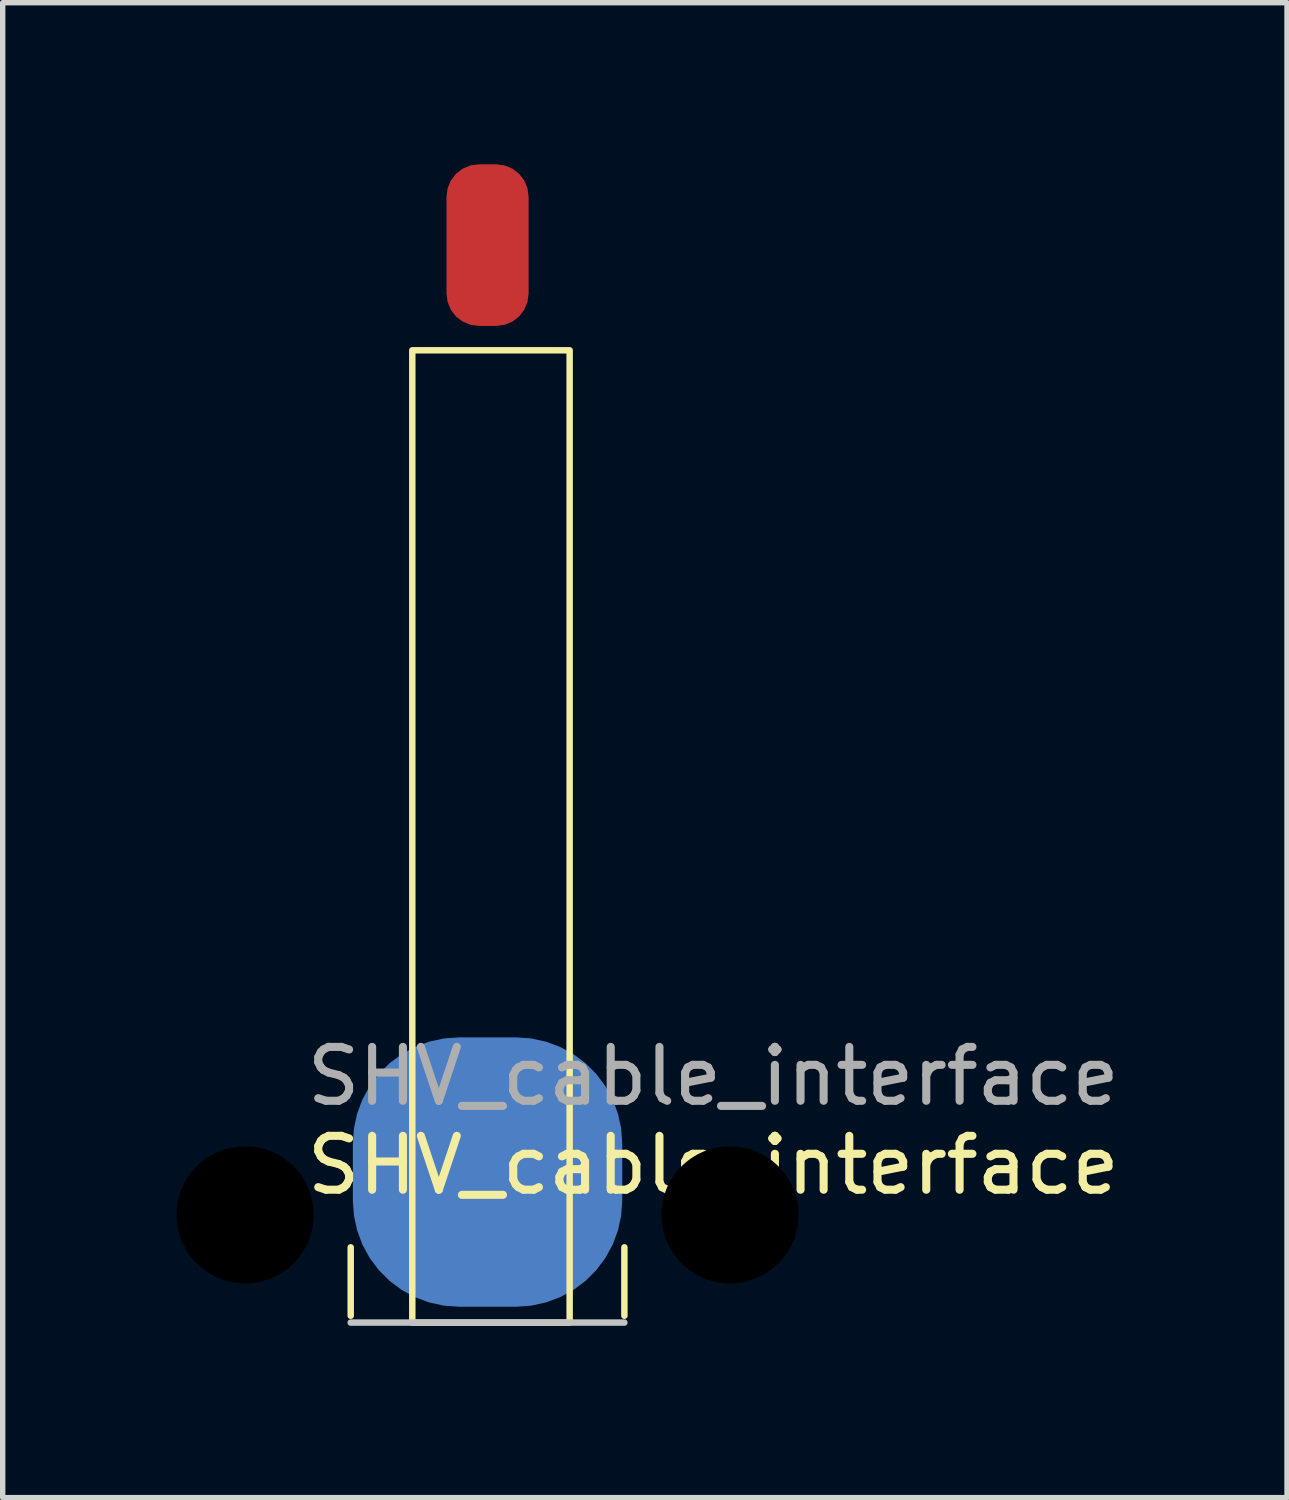
<source format=kicad_pcb>
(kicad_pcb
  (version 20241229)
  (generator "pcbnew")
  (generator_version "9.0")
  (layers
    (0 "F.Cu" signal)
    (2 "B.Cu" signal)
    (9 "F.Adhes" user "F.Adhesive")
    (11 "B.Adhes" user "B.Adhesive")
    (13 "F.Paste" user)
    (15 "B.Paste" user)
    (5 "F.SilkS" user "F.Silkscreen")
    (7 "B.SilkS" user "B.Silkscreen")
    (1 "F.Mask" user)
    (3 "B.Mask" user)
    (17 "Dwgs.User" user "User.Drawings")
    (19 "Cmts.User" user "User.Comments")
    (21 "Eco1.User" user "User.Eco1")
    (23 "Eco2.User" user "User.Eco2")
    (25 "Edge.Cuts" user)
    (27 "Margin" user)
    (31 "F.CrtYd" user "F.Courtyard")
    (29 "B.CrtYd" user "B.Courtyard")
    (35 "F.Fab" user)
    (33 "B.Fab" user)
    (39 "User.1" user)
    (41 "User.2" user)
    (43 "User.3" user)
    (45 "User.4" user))
  (footprint "SHV_cable_interface"
    (layer "F.Cu")
    (at 6 21.5)
    (property "Reference" "SHV_cable_interface" (at 4.191 -2.921 0) (unlocked yes) (layer "F.SilkS") (effects (font (size 1 1) (thickness 0.15))))
    (attr smd)
    (fp_line (start -2.54 -0.127) (end -2.54 -1.397) (stroke (width 0.12) (type solid)) (layer "F.SilkS"))
    (fp_line (start 2.54 -0.127) (end 2.54 -1.397) (stroke (width 0.12) (type solid)) (layer "F.SilkS"))
    (fp_rect (start -1.397 0) (end 1.524 -18.048) (stroke (width 0.12) (type solid)) (fill no) (layer "F.SilkS"))
    (fp_line (start -2.54 0) (end 2.54 0) (stroke (width 0.12) (type solid)) (layer "Dwgs.User"))
    (fp_text user "${REFERENCE}" (at 4.191 -4.572 0) (unlocked yes) (layer "F.Fab") (effects (font (size 1 1) (thickness 0.15))))
    (pad "" np_thru_hole circle (at -4.5 -2 90) (size 3 3) (drill 2.545) (layers "*.Mask"))
    (pad "" np_thru_hole circle (at 4.5 -2 90) (size 3 3) (drill 2.545) (layers "*.Mask"))
    (pad "1" smd roundrect (at 0 -20 90) (size 3 1.524) (layers "F.Cu" "F.Mask" "F.Paste") (roundrect_rratio 0.394))
    (pad "2" smd roundrect (at 0 -2.794 90) (size 5 5) (layers "B.Cu" "B.Mask" "B.Paste") (roundrect_rratio 0.394)))
  (gr_rect
    (start -3 -3)
    (end 20.84 24.75)
    (stroke (width 0.1) (type default))
    (fill no)
    (layer "Edge.Cuts")))
</source>
